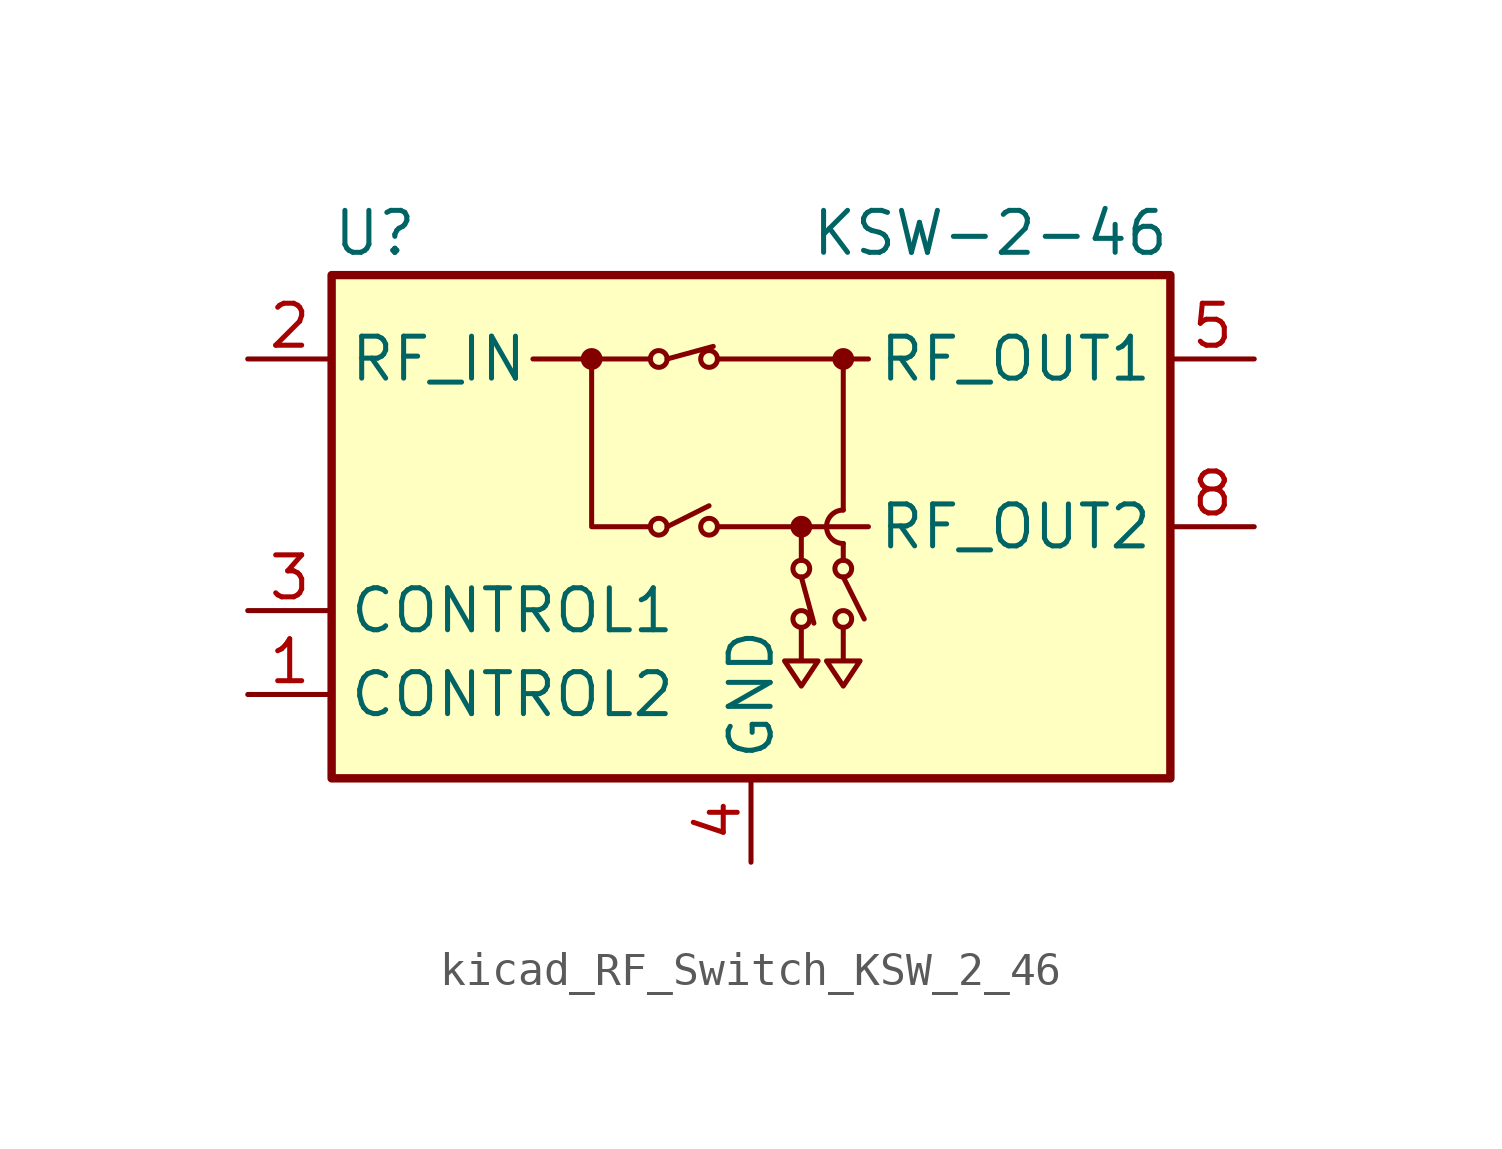
<source format=kicad_sym>
(kicad_symbol_lib
  (version 20220914)
  (generator kicad_symbol_editor)
  (symbol "kicad_RF_Switch_KSW_2_46"
    (property "Reference" "U"
      (at -12.7 8.89 0)
      (effects (font (size 1.27 1.27)) (justify left)))
    (property "Value" "KSW-2-46"
      (at 12.7 8.89 0)
      (effects (font (size 1.27 1.27)) (justify right)))
    (symbol "kicad_RF_Switch_KSW_2_46_0_1"
      (rectangle (start -12.7 7.62) (end 12.7 -7.62) (stroke (width 0.254) (type default)) (fill (type background)))
      (circle (center -4.826 5.08) (radius 0.254) (stroke (width 0) (type default)) (fill (type outline)))
      (circle (center -2.794 0) (radius 0.254) (stroke (width 0) (type default)) (fill (type none)))
      (circle (center -2.794 5.08) (radius 0.254) (stroke (width 0) (type default)) (fill (type none)))
      (circle (center -1.27 0) (radius 0.254) (stroke (width 0) (type default)) (fill (type none)))
      (circle (center -1.27 5.08) (radius 0.254) (stroke (width 0) (type default)) (fill (type none)))
      (polyline (pts (xy -3.048 5.08) (xy -6.604 5.08)) (stroke (width 0) (type default)) (fill (type none)))
      (polyline (pts (xy -2.54 0) (xy -1.27 0.635)) (stroke (width 0) (type default)) (fill (type none)))
      (polyline (pts (xy -2.54 5.08) (xy -1.143 5.461)) (stroke (width 0) (type default)) (fill (type none)))
      (polyline (pts (xy -1.016 0) (xy 3.556 0)) (stroke (width 0) (type default)) (fill (type none)))
      (polyline (pts (xy -1.016 5.08) (xy 3.556 5.08)) (stroke (width 0) (type default)) (fill (type none)))
      (polyline (pts (xy 1.524 -1.524) (xy 1.905 -2.921)) (stroke (width 0) (type default)) (fill (type none)))
      (polyline (pts (xy 1.524 -1.016) (xy 1.524 0)) (stroke (width 0) (type default)) (fill (type none)))
      (polyline (pts (xy 2.794 -1.524) (xy 3.429 -2.794)) (stroke (width 0) (type default)) (fill (type none)))
      (polyline (pts (xy 2.794 -0.508) (xy 2.794 -1.016)) (stroke (width 0) (type default)) (fill (type none)))
      (polyline (pts (xy 2.794 5.08) (xy 2.794 0.508)) (stroke (width 0) (type default)) (fill (type none)))
      (polyline (pts (xy -4.826 5.08) (xy -4.826 0) (xy -3.048 0)) (stroke (width 0) (type default)) (fill (type none)))
      (polyline (pts (xy 1.524 -3.048) (xy 1.524 -4.064) (xy 1.016 -4.064) (xy 1.524 -4.826) (xy 2.032 -4.064) (xy 1.524 -4.064)) (stroke (width 0) (type default)) (fill (type none)))
      (polyline (pts (xy 2.794 -3.048) (xy 2.794 -4.064) (xy 2.286 -4.064) (xy 2.794 -4.826) (xy 3.302 -4.064) (xy 2.794 -4.064)) (stroke (width 0) (type default)) (fill (type none)))
      (circle (center 1.524 -2.794) (radius 0.254) (stroke (width 0) (type default)) (fill (type none)))
      (circle (center 1.524 -1.27) (radius 0.254) (stroke (width 0) (type default)) (fill (type none)))
      (circle (center 1.524 0) (radius 0.254) (stroke (width 0) (type default)) (fill (type outline)))
      (circle (center 2.794 -2.794) (radius 0.254) (stroke (width 0) (type default)) (fill (type none)))
      (circle (center 2.794 -1.27) (radius 0.254) (stroke (width 0) (type default)) (fill (type none)))
      (arc (start 2.794 0.508) (mid 2.2882 0) (end 2.794 -0.508) (stroke (width 0) (type default)) (fill (type none)))
      (circle (center 2.794 5.08) (radius 0.254) (stroke (width 0) (type default)) (fill (type outline))))
    (symbol "kicad_RF_Switch_KSW_2_46_1_1"
      (pin input line (at -15.24 -5.08 0) (length 2.54) (name "CONTROL2" (effects (font (size 1.27 1.27)))) (number "1" (effects (font (size 1.27 1.27)))))
      (pin passive line (at -15.24 5.08 0) (length 2.54) (name "RF_IN" (effects (font (size 1.27 1.27)))) (number "2" (effects (font (size 1.27 1.27)))))
      (pin input line (at -15.24 -2.54 0) (length 2.54) (name "CONTROL1" (effects (font (size 1.27 1.27)))) (number "3" (effects (font (size 1.27 1.27)))))
      (pin power_in line (at 0 -10.16 90) (length 2.54) (name "GND" (effects (font (size 1.27 1.27)))) (number "4" (effects (font (size 1.27 1.27)))))
      (pin passive line (at 15.24 5.08 180) (length 2.54) (name "RF_OUT1" (effects (font (size 1.27 1.27)))) (number "5" (effects (font (size 1.27 1.27)))))
      (pin passive line (at 0 -10.16 90) (length 2.54) hide (name "GND" (effects (font (size 1.27 1.27)))) (number "6" (effects (font (size 1.27 1.27)))))
      (pin passive line (at 0 -10.16 90) (length 2.54) hide (name "GND" (effects (font (size 1.27 1.27)))) (number "7" (effects (font (size 1.27 1.27)))))
      (pin passive line (at 15.24 0 180) (length 2.54) (name "RF_OUT2" (effects (font (size 1.27 1.27)))) (number "8" (effects (font (size 1.27 1.27))))))))
</source>
